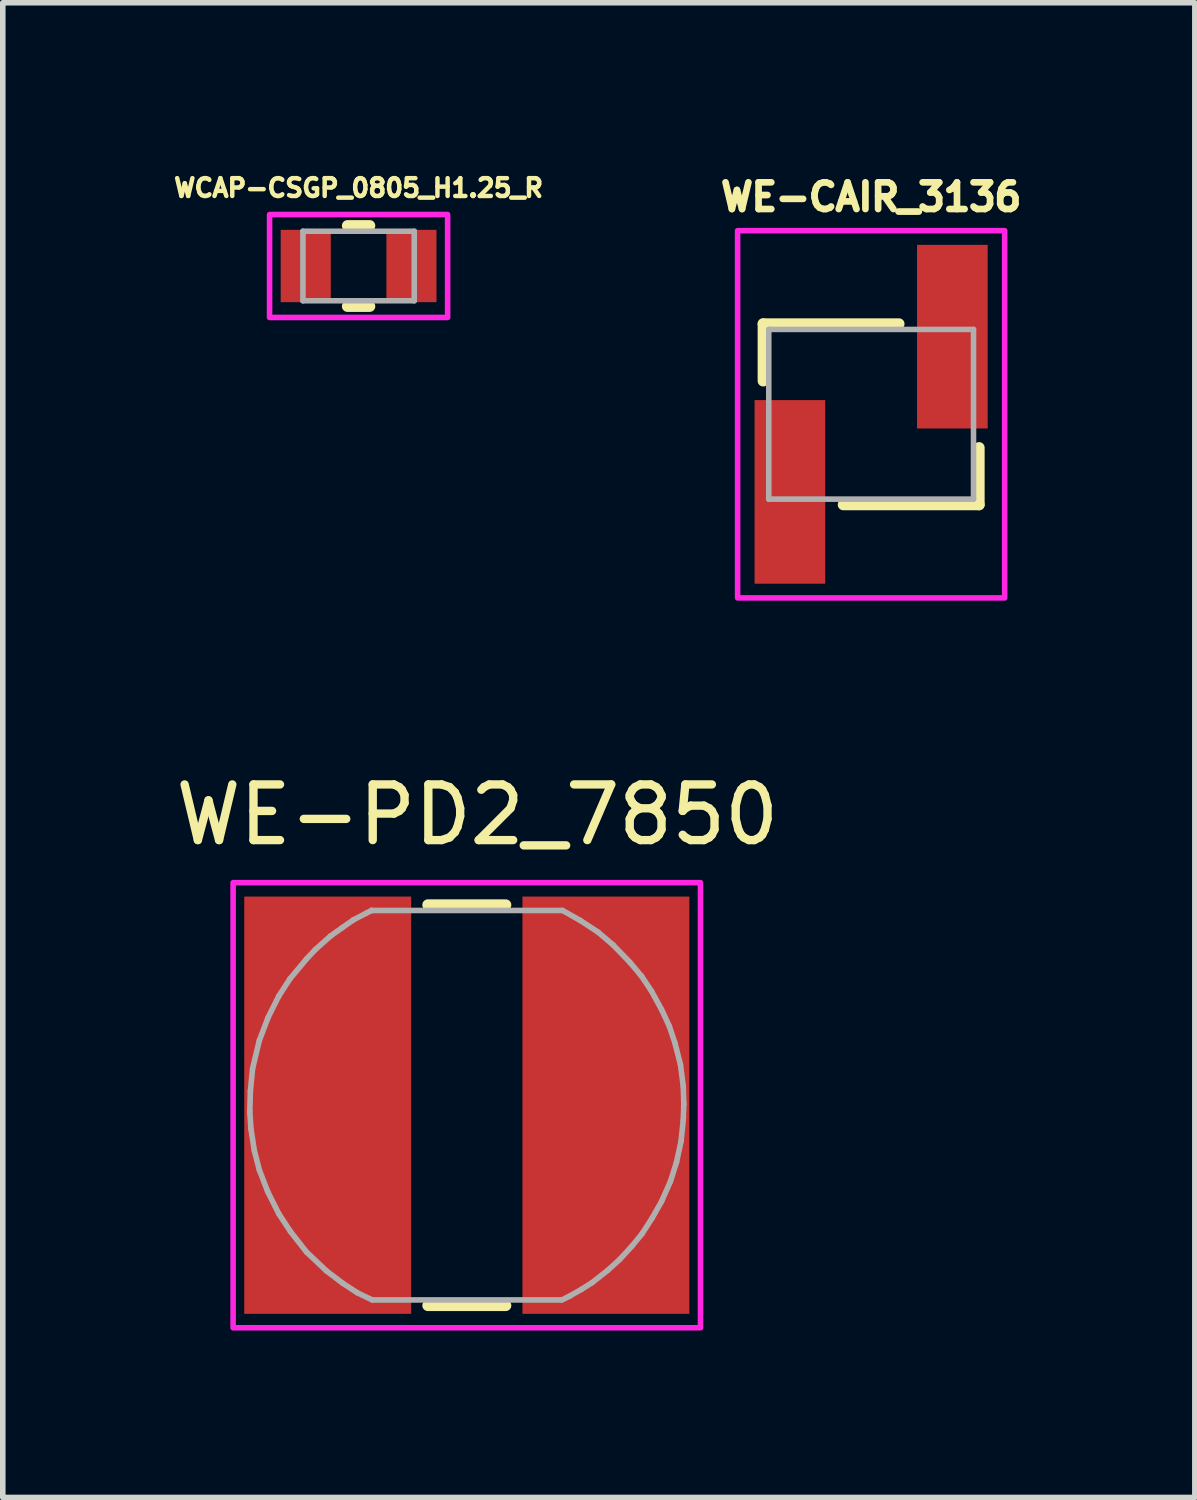
<source format=kicad_pcb>
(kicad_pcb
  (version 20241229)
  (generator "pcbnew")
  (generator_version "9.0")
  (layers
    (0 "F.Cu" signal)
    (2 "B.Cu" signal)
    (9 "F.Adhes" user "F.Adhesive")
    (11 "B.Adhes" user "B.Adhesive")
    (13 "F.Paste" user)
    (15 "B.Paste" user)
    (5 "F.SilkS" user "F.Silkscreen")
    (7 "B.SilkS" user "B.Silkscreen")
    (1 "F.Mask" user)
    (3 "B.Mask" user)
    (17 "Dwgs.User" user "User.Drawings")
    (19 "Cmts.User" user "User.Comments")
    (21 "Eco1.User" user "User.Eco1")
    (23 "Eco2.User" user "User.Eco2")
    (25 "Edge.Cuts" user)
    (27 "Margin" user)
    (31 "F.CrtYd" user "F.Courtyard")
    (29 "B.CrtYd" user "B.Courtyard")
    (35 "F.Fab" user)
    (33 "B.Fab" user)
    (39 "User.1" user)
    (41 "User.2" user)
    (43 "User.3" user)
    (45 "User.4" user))
  (footprint "WE-PD2_7850"
    (layer "F.Cu")
    (at 5.34 16.814)
    (property "Reference" "WE-PD2_7850" (at 0.19 -5.22 0) (layer "F.SilkS") (effects (font (size 1 1) (thickness 0.15))))
    (attr through_hole)
    (fp_line (start -0.7 -3.6) (end 0.7 -3.6) (stroke (width 0.2) (type solid)) (layer "F.SilkS"))
    (fp_line (start -0.7 3.6) (end 0.7 3.6) (stroke (width 0.2) (type solid)) (layer "F.SilkS"))
    (fp_poly (pts (xy -4.2 -4) (xy 4.2 -4) (xy 4.2 4) (xy -4.2 4)) (stroke (width 0.1) (type solid)) (fill no) (layer "F.CrtYd"))
    (fp_line (start -3.9 0.12) (end -3.88 0.42) (stroke (width 0.1) (type solid)) (layer "F.Fab"))
    (fp_line (start -3.89 -0.25) (end -3.9 0.12) (stroke (width 0.1) (type solid)) (layer "F.Fab"))
    (fp_line (start -3.88 0.42) (end -3.82 0.81) (stroke (width 0.1) (type solid)) (layer "F.Fab"))
    (fp_line (start -3.85 -0.66) (end -3.89 -0.25) (stroke (width 0.1) (type solid)) (layer "F.Fab"))
    (fp_line (start -3.82 0.81) (end -3.73 1.16) (stroke (width 0.1) (type solid)) (layer "F.Fab"))
    (fp_line (start -3.73 -1.16) (end -3.85 -0.66) (stroke (width 0.1) (type solid)) (layer "F.Fab"))
    (fp_line (start -3.73 1.16) (end -3.58 1.55) (stroke (width 0.1) (type solid)) (layer "F.Fab"))
    (fp_line (start -3.58 1.55) (end -3.38 1.95) (stroke (width 0.1) (type solid)) (layer "F.Fab"))
    (fp_line (start -3.57 -1.58) (end -3.73 -1.16) (stroke (width 0.1) (type solid)) (layer "F.Fab"))
    (fp_line (start -3.38 -1.96) (end -3.57 -1.58) (stroke (width 0.1) (type solid)) (layer "F.Fab"))
    (fp_line (start -3.38 1.95) (end -3.17 2.27) (stroke (width 0.1) (type solid)) (layer "F.Fab"))
    (fp_line (start -3.18 -2.27) (end -3.38 -1.96) (stroke (width 0.1) (type solid)) (layer "F.Fab"))
    (fp_line (start -3.17 2.27) (end -2.88 2.64) (stroke (width 0.1) (type solid)) (layer "F.Fab"))
    (fp_line (start -2.88 -2.63) (end -3.18 -2.27) (stroke (width 0.1) (type solid)) (layer "F.Fab"))
    (fp_line (start -2.88 2.64) (end -2.52 2.98) (stroke (width 0.1) (type solid)) (layer "F.Fab"))
    (fp_line (start -2.72 -2.8) (end -2.88 -2.63) (stroke (width 0.1) (type solid)) (layer "F.Fab"))
    (fp_line (start -2.52 2.98) (end -2.23 3.2) (stroke (width 0.1) (type solid)) (layer "F.Fab"))
    (fp_line (start -2.45 -3.04) (end -2.72 -2.8) (stroke (width 0.1) (type solid)) (layer "F.Fab"))
    (fp_line (start -2.24 -3.19) (end -2.45 -3.04) (stroke (width 0.1) (type solid)) (layer "F.Fab"))
    (fp_line (start -2.23 3.2) (end -1.97 3.37) (stroke (width 0.1) (type solid)) (layer "F.Fab"))
    (fp_line (start -2.04 -3.33) (end -2.24 -3.19) (stroke (width 0.1) (type solid)) (layer "F.Fab"))
    (fp_line (start -1.97 3.37) (end -1.7 3.5) (stroke (width 0.1) (type solid)) (layer "F.Fab"))
    (fp_line (start -1.81 -3.45) (end -2.04 -3.33) (stroke (width 0.1) (type solid)) (layer "F.Fab"))
    (fp_line (start -1.72 -3.5) (end -1.71 -3.5) (stroke (width 0.1) (type solid)) (layer "F.Fab"))
    (fp_line (start -1.71 -3.5) (end -1.81 -3.45) (stroke (width 0.1) (type solid)) (layer "F.Fab"))
    (fp_line (start -1.71 -3.5) (end 1.72 -3.5) (stroke (width 0.1) (type solid)) (layer "F.Fab"))
    (fp_line (start 1.7 3.5) (end -1.7 3.5) (stroke (width 0.1) (type solid)) (layer "F.Fab"))
    (fp_line (start 1.71 3.5) (end 1.85 3.43) (stroke (width 0.1) (type solid)) (layer "F.Fab"))
    (fp_line (start 1.85 3.43) (end 2.06 3.31) (stroke (width 0.1) (type solid)) (layer "F.Fab"))
    (fp_line (start 2.04 -3.32) (end 1.72 -3.5) (stroke (width 0.1) (type solid)) (layer "F.Fab"))
    (fp_line (start 2.06 3.31) (end 2.25 3.19) (stroke (width 0.1) (type solid)) (layer "F.Fab"))
    (fp_line (start 2.25 3.19) (end 2.53 2.97) (stroke (width 0.1) (type solid)) (layer "F.Fab"))
    (fp_line (start 2.36 -3.11) (end 2.04 -3.32) (stroke (width 0.1) (type solid)) (layer "F.Fab"))
    (fp_line (start 2.53 2.97) (end 2.75 2.77) (stroke (width 0.1) (type solid)) (layer "F.Fab"))
    (fp_line (start 2.63 -2.88) (end 2.36 -3.11) (stroke (width 0.1) (type solid)) (layer "F.Fab"))
    (fp_line (start 2.75 2.77) (end 2.97 2.53) (stroke (width 0.1) (type solid)) (layer "F.Fab"))
    (fp_line (start 2.93 -2.57) (end 2.63 -2.88) (stroke (width 0.1) (type solid)) (layer "F.Fab"))
    (fp_line (start 2.97 2.53) (end 3.15 2.31) (stroke (width 0.1) (type solid)) (layer "F.Fab"))
    (fp_line (start 3.14 -2.32) (end 2.93 -2.57) (stroke (width 0.1) (type solid)) (layer "F.Fab"))
    (fp_line (start 3.15 2.31) (end 3.33 2.03) (stroke (width 0.1) (type solid)) (layer "F.Fab"))
    (fp_line (start 3.32 -2.05) (end 3.14 -2.32) (stroke (width 0.1) (type solid)) (layer "F.Fab"))
    (fp_line (start 3.33 2.03) (end 3.5 1.73) (stroke (width 0.1) (type solid)) (layer "F.Fab"))
    (fp_line (start 3.5 -1.72) (end 3.32 -2.05) (stroke (width 0.1) (type solid)) (layer "F.Fab"))
    (fp_line (start 3.5 1.73) (end 3.66 1.37) (stroke (width 0.1) (type solid)) (layer "F.Fab"))
    (fp_line (start 3.64 -1.42) (end 3.5 -1.72) (stroke (width 0.1) (type solid)) (layer "F.Fab"))
    (fp_line (start 3.66 1.37) (end 3.77 1.02) (stroke (width 0.1) (type solid)) (layer "F.Fab"))
    (fp_line (start 3.74 -1.12) (end 3.64 -1.42) (stroke (width 0.1) (type solid)) (layer "F.Fab"))
    (fp_line (start 3.77 1.02) (end 3.85 0.65) (stroke (width 0.1) (type solid)) (layer "F.Fab"))
    (fp_line (start 3.84 -0.73) (end 3.74 -1.12) (stroke (width 0.1) (type solid)) (layer "F.Fab"))
    (fp_line (start 3.85 0.65) (end 3.89 0.27) (stroke (width 0.1) (type solid)) (layer "F.Fab"))
    (fp_line (start 3.89 -0.34) (end 3.84 -0.73) (stroke (width 0.1) (type solid)) (layer "F.Fab"))
    (fp_line (start 3.89 0.27) (end 3.9 -0.02) (stroke (width 0.1) (type solid)) (layer "F.Fab"))
    (fp_line (start 3.9 -0.02) (end 3.89 -0.34) (stroke (width 0.1) (type solid)) (layer "F.Fab"))
    (pad "1" smd rect (at -2.5 0 90) (size 7.5 3) (layers "F.Cu" "F.Mask" "F.Paste"))
    (pad "2" smd rect (at 2.5 0 90) (size 7.5 3) (layers "F.Cu" "F.Mask" "F.Paste"))
    (zone (net_name "") (layer "F.Cu") (hatch full 0.508) (connect_pads) (min_thickness 0.1) (filled_areas_thickness no) (keepout (tracks not_allowed) (vias not_allowed) (pads not_allowed) (copperpour not_allowed) (footprints allowed)) (placement (enabled no)) (fill) (polygon (pts (xy 4.39 13.064) (xy 6.29 13.064) (xy 6.29 20.564) (xy 4.39 20.564))))
    (zone (net_name "") (layers "F.Cu" "B.Cu") (hatch full 0.508) (connect_pads) (min_thickness 0.1) (filled_areas_thickness no) (keepout (tracks allowed) (vias not_allowed) (pads allowed) (copperpour allowed) (footprints allowed)) (placement (enabled no)) (fill) (polygon (pts (xy 4.39 13.064) (xy 6.29 13.064) (xy 6.29 20.564) (xy 4.39 20.564)))))
  (footprint "WE-CAIR_3136"
    (layer "F.Cu")
    (at 12.607 4.396)
    (property "Reference" "WE-CAIR_3136" (at 0 -3.905 0) (layer "F.SilkS") (effects (font (size 0.48 0.48) (thickness 0.15))))
    (attr through_hole)
    (fp_line (start -1.94 -1.625) (end 0.5 -1.625) (stroke (width 0.2) (type solid)) (layer "F.SilkS"))
    (fp_line (start -1.94 -0.6) (end -1.94 -1.625) (stroke (width 0.2) (type solid)) (layer "F.SilkS"))
    (fp_line (start -0.5 1.625) (end 1.94 1.625) (stroke (width 0.2) (type solid)) (layer "F.SilkS"))
    (fp_line (start 1.94 1.625) (end 1.94 0.6) (stroke (width 0.2) (type solid)) (layer "F.SilkS"))
    (fp_poly (pts (xy -2.4 -3.3) (xy 2.4 -3.3) (xy 2.4 3.3) (xy -2.4 3.3)) (stroke (width 0.1) (type solid)) (fill no) (layer "F.CrtYd"))
    (fp_line (start -1.84 -1.525) (end 1.84 -1.525) (stroke (width 0.1) (type solid)) (layer "F.Fab"))
    (fp_line (start -1.84 1.525) (end -1.84 -1.525) (stroke (width 0.1) (type solid)) (layer "F.Fab"))
    (fp_line (start -1.84 1.525) (end 1.84 1.525) (stroke (width 0.1) (type solid)) (layer "F.Fab"))
    (fp_line (start 1.84 1.525) (end 1.84 -1.525) (stroke (width 0.1) (type solid)) (layer "F.Fab"))
    (pad "1" smd rect (at -1.46 1.395) (size 1.27 3.3) (layers "F.Cu" "F.Mask" "F.Paste"))
    (pad "2" smd rect (at 1.46 -1.395) (size 1.27 3.3) (layers "F.Cu" "F.Mask" "F.Paste")))
  (footprint "WCAP-CSGP_0805_H1.25_R"
    (layer "F.Cu")
    (at 3.395 1.731)
    (property "Reference" "WCAP-CSGP_0805_H1.25_R" (at 0 -1.403 0) (layer "F.SilkS") (effects (font (size 0.32 0.32) (thickness 0.15))))
    (attr through_hole)
    (fp_line (start -0.2 -0.725) (end 0.2 -0.725) (stroke (width 0.2) (type solid)) (layer "F.SilkS"))
    (fp_line (start -0.2 0.725) (end 0.2 0.725) (stroke (width 0.2) (type solid)) (layer "F.SilkS"))
    (fp_poly (pts (xy -1.6 -0.925) (xy 1.6 -0.925) (xy 1.6 0.925) (xy -1.6 0.925)) (stroke (width 0.1) (type solid)) (fill no) (layer "F.CrtYd"))
    (fp_line (start -1 -0.625) (end -1 0.625) (stroke (width 0.1) (type solid)) (layer "F.Fab"))
    (fp_line (start -1 -0.625) (end 1 -0.625) (stroke (width 0.1) (type solid)) (layer "F.Fab"))
    (fp_line (start -1 0.625) (end 1 0.625) (stroke (width 0.1) (type solid)) (layer "F.Fab"))
    (fp_line (start 1 0.625) (end 1 -0.625) (stroke (width 0.1) (type solid)) (layer "F.Fab"))
    (pad "1" smd rect (at -0.95 0) (size 0.9 1.3) (layers "F.Cu" "F.Mask" "F.Paste"))
    (pad "2" smd rect (at 0.95 0) (size 0.9 1.3) (layers "F.Cu" "F.Mask" "F.Paste")))
  (gr_rect
    (start -3 -3)
    (end 18.425 23.864)
    (stroke (width 0.1) (type default))
    (fill no)
    (layer "Edge.Cuts")))
</source>
